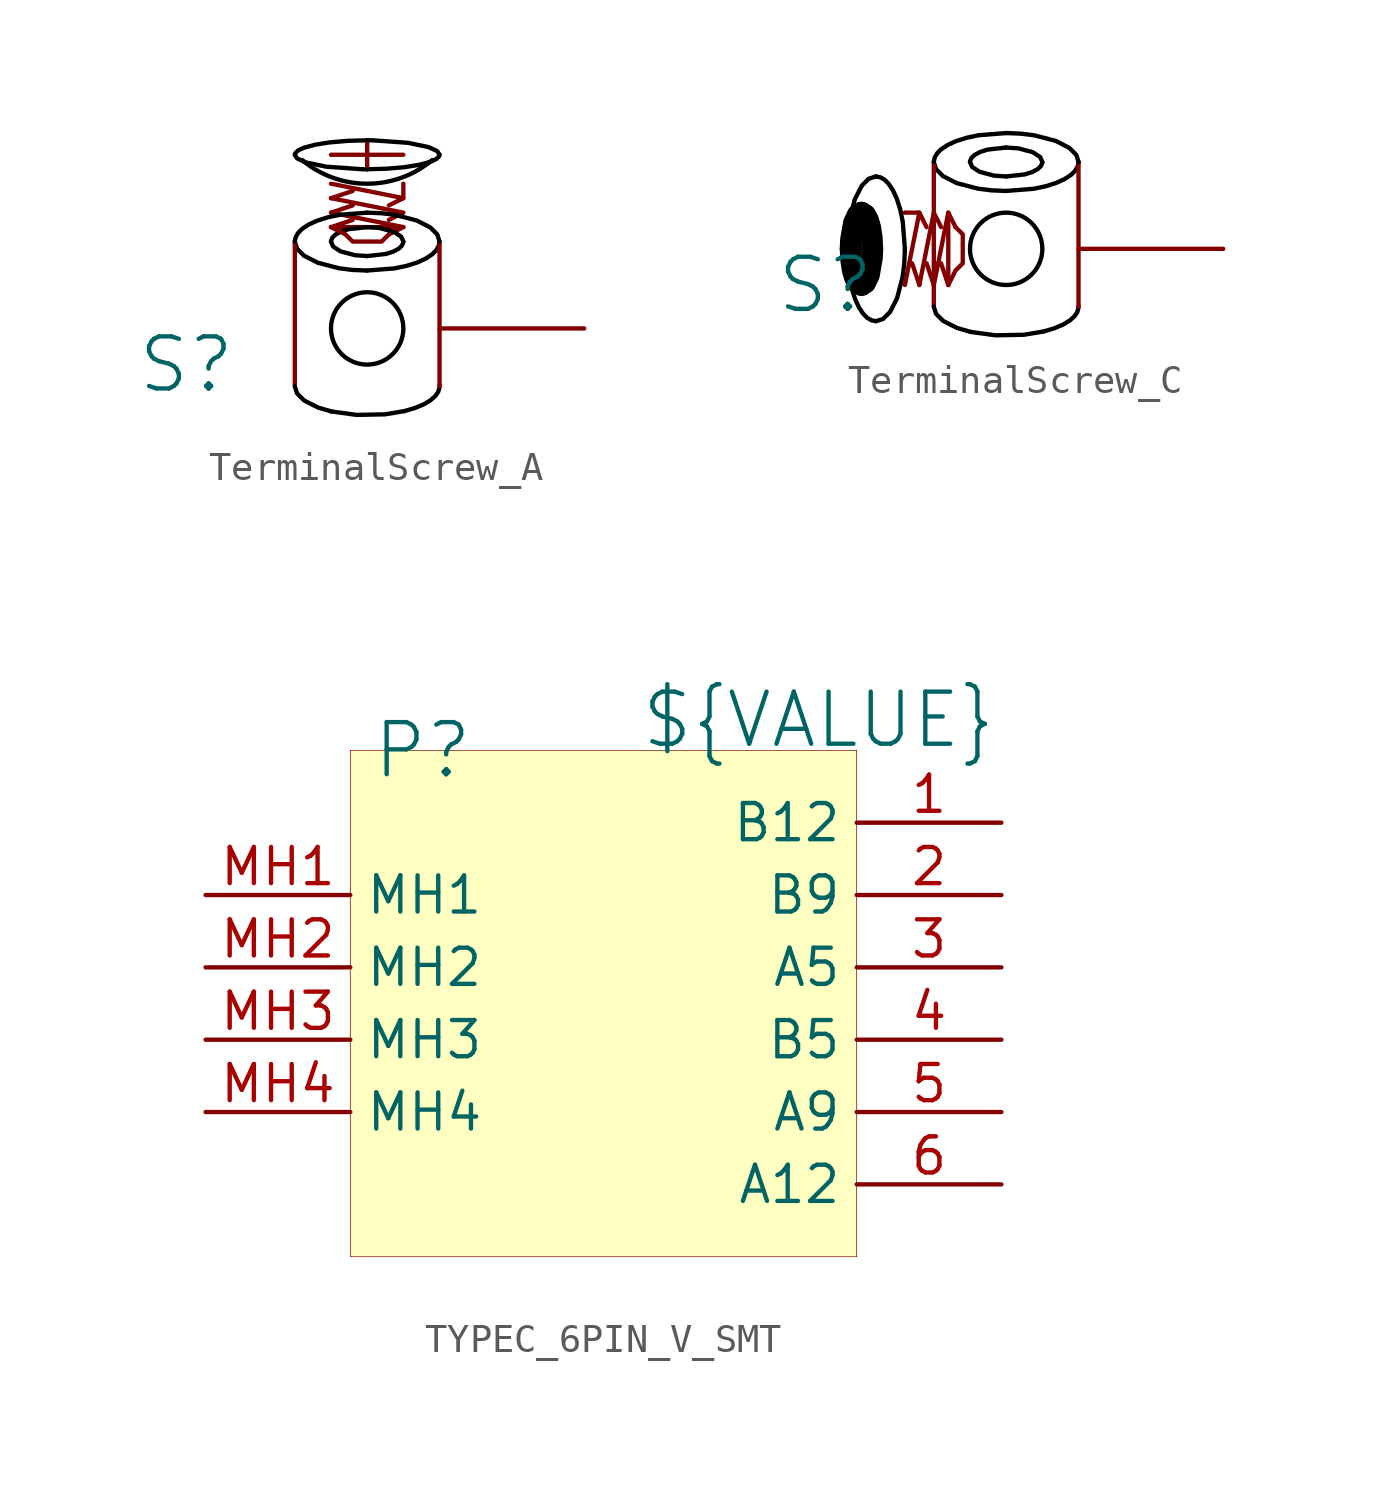
<source format=kicad_sym>
(kicad_symbol_lib
  (version 20241209)
  (generator "kicad_symbol_editor")
  (generator_version "9.0")
  (symbol "TerminalScrew_A"
    (pin_numbers
      (hide yes))
    (pin_names
      (hide yes))
    (property "Reference" "S"
      (at -6.35 -1.27 0)
      (effects (font (size 1.829 1.829))))
    (property "Value" "${VALUE}"
      (at -6.701 6.604 0)
      (effects (font (size 1.829 1.829)) (justify left bottom) (hide yes)))
    (symbol "TerminalScrew_A_1_0"
      (bezier (pts (xy -2.54 6.096) (xy -2.54 5.815) (xy -1.403 5.588) (xy 0 5.588)) (stroke (width 0) (type solid) (color 0 0 0 1)) (fill (type none)))
      (bezier (pts (xy -2.54 3.048) (xy -2.54 2.487) (xy -1.403 2.032) (xy 0 2.032)) (stroke (width 0) (type solid) (color 0 0 0 1)) (fill (type none)))
      (polyline (pts (xy -2.54 3.048) (xy -2.54 -2.032)) (stroke (width 0) (type solid)) (fill (type none)))
      (bezier (pts (xy -2.54 -2.032) (xy -2.54 -2.398) (xy -2.048 -2.736) (xy -1.251 -2.916)) (stroke (width 0) (type solid) (color 0 0 0 1)) (fill (type none)))
      (polyline (pts (xy -1.27 6.096) (xy 1.27 6.096)) (stroke (width 0) (type solid)) (fill (type none)))
      (polyline (pts (xy -1.27 5.08) (xy -1.27 5.08) (xy 1.27 4.572) (xy 0.762 4.318)) (stroke (width 0) (type solid)) (fill (type none)))
      (polyline (pts (xy -1.27 4.572) (xy -0.508 4.826)) (stroke (width 0) (type solid)) (fill (type none)))
      (polyline (pts (xy -1.27 4.572) (xy 1.27 4.064) (xy 0.762 3.81)) (stroke (width 0) (type solid)) (fill (type none)))
      (polyline (pts (xy -1.27 4.064) (xy -0.508 4.318)) (stroke (width 0) (type solid)) (fill (type none)))
      (polyline (pts (xy -1.27 4.064) (xy 1.27 3.556) (xy 0.762 3.302)) (stroke (width 0) (type solid)) (fill (type none)))
      (polyline (pts (xy -1.27 3.556) (xy -0.508 3.81)) (stroke (width 0) (type solid)) (fill (type none)))
      (polyline (pts (xy -1.27 3.556) (xy 1.27 3.556)) (stroke (width 0) (type solid)) (fill (type none)))
      (bezier (pts (xy -1.27 3.048) (xy -1.27 2.767) (xy -0.701 2.54) (xy 0 2.54)) (stroke (width 0) (type solid) (color 0 0 0 1)) (fill (type none)))
      (bezier (pts (xy -1.251 -2.916) (xy -0.455 -3.096) (xy 0.523 -3.091) (xy 1.308 -2.903)) (stroke (width 0) (type solid) (color 0 0 0 1)) (fill (type none)))
      (arc (start 2.2858 5.9119) (mid 0 5.0799) (end -2.2858 5.9119) (stroke (width 0) (type solid) (color 0 0 0 1)) (fill (type none)))
      (bezier (pts (xy 0 6.604) (xy -1.403 6.604) (xy -2.54 6.377) (xy -2.54 6.096)) (stroke (width 0) (type solid) (color 0 0 0 1)) (fill (type none)))
      (polyline (pts (xy 0 6.604) (xy 0 5.588)) (stroke (width 0) (type solid)) (fill (type none)))
      (bezier (pts (xy 0 5.588) (xy 1.403 5.588) (xy 2.54 5.815) (xy 2.54 6.096)) (stroke (width 0) (type solid) (color 0 0 0 1)) (fill (type none)))
      (bezier (pts (xy 0 4.064) (xy -1.403 4.064) (xy -2.54 3.609) (xy -2.54 3.048)) (stroke (width 0) (type solid) (color 0 0 0 1)) (fill (type none)))
      (bezier (pts (xy 0 3.556) (xy -0.701 3.556) (xy -1.27 3.329) (xy -1.27 3.048)) (stroke (width 0) (type solid) (color 0 0 0 1)) (fill (type none)))
      (bezier (pts (xy 0 2.54) (xy 0.701 2.54) (xy 1.27 2.767) (xy 1.27 3.048)) (stroke (width 0) (type solid) (color 0 0 0 1)) (fill (type none)))
      (bezier (pts (xy 0 2.032) (xy 1.403 2.032) (xy 2.54 2.487) (xy 2.54 3.048)) (stroke (width 0) (type solid) (color 0 0 0 1)) (fill (type none)))
      (circle (center 0 0) (radius 1.27) (stroke (width 0) (type solid) (color 0 0 0 1)) (fill (type none)))
      (polyline (pts (xy 0.762 3.302) (xy 0.508 3.048) (xy -0.508 3.048) (xy -0.762 3.302) (xy -1.27 3.556)) (stroke (width 0) (type solid)) (fill (type none)))
      (polyline (pts (xy 1.27 5.08) (xy 1.27 4.572)) (stroke (width 0) (type solid)) (fill (type none)))
      (bezier (pts (xy 1.27 3.048) (xy 1.27 3.329) (xy 0.701 3.556) (xy 0 3.556)) (stroke (width 0) (type solid) (color 0 0 0 1)) (fill (type none)))
      (bezier (pts (xy 1.308 -2.903) (xy 2.092 -2.714) (xy 2.563 -2.372) (xy 2.539 -2.006)) (stroke (width 0) (type solid) (color 0 0 0 1)) (fill (type none)))
      (bezier (pts (xy 2.54 6.096) (xy 2.54 6.377) (xy 1.403 6.604) (xy 0 6.604)) (stroke (width 0) (type solid) (color 0 0 0 1)) (fill (type none)))
      (polyline (pts (xy 2.54 3.048) (xy 2.54 -2.032)) (stroke (width 0) (type solid)) (fill (type none)))
      (bezier (pts (xy 2.54 3.048) (xy 2.54 3.609) (xy 1.403 4.064) (xy 0 4.064)) (stroke (width 0) (type solid) (color 0 0 0 1)) (fill (type none)))
      (pin passive line (at 7.62 0 180) (length 5.08) (name "1" (effects (font (size 1.27 1.27)))) (number "1" (effects (font (size 1.27 1.27)))))))
  (symbol "TerminalScrew_C"
    (pin_numbers
      (hide yes))
    (pin_names
      (hide yes))
    (property "Reference" "S"
      (at -6.35 -1.27 0)
      (effects (font (size 1.829 1.829))))
    (property "Value" "${VALUE}"
      (at -6.701 6.604 0)
      (effects (font (size 1.829 1.829)) (justify left bottom) (hide yes)))
    (symbol "TerminalScrew_C_1_0"
      (bezier (pts (xy -5.588 0) (xy -5.588 -1.403) (xy -5.133 -2.54) (xy -4.572 -2.54)) (stroke (width 0) (type solid) (color 0 0 0 1)) (fill (type none)))
      (bezier (pts (xy -5.461 0) (xy -5.461 -0.701) (xy -5.29 -1.27) (xy -5.08 -1.27)) (stroke (width 0.762) (type solid) (color 0 0 0 1)) (fill (type none)))
      (bezier (pts (xy -5.08 1.27) (xy -5.29 1.27) (xy -5.461 0.701) (xy -5.461 0)) (stroke (width 0.762) (type solid) (color 0 0 0 1)) (fill (type none)))
      (bezier (pts (xy -5.08 -1.27) (xy -4.87 -1.27) (xy -4.699 -0.701) (xy -4.699 0)) (stroke (width 0.762) (type solid) (color 0 0 0 1)) (fill (type none)))
      (bezier (pts (xy -4.699 0) (xy -4.699 0.701) (xy -4.87 1.27) (xy -5.08 1.27)) (stroke (width 0.762) (type solid) (color 0 0 0 1)) (fill (type none)))
      (bezier (pts (xy -4.572 2.54) (xy -5.133 2.54) (xy -5.588 1.403) (xy -5.588 0)) (stroke (width 0) (type solid) (color 0 0 0 1)) (fill (type none)))
      (bezier (pts (xy -4.572 -2.54) (xy -4.011 -2.54) (xy -3.556 -1.403) (xy -3.556 0)) (stroke (width 0) (type solid) (color 0 0 0 1)) (fill (type none)))
      (polyline (pts (xy -3.556 1.27) (xy -3.048 1.27)) (stroke (width 0) (type solid)) (fill (type none)))
      (bezier (pts (xy -3.556 0) (xy -3.556 1.403) (xy -4.011 2.54) (xy -4.572 2.54)) (stroke (width 0) (type solid) (color 0 0 0 1)) (fill (type none)))
      (polyline (pts (xy -3.556 -1.27) (xy -3.556 -1.27) (xy -3.048 1.27) (xy -2.794 0.762)) (stroke (width 0) (type solid)) (fill (type none)))
      (polyline (pts (xy -3.048 -1.27) (xy -3.302 -0.508)) (stroke (width 0) (type solid)) (fill (type none)))
      (polyline (pts (xy -3.048 -1.27) (xy -2.54 1.27) (xy -2.286 0.762)) (stroke (width 0) (type solid)) (fill (type none)))
      (bezier (pts (xy -2.54 3.048) (xy -2.54 2.487) (xy -1.403 2.032) (xy 0 2.032)) (stroke (width 0) (type solid) (color 0 0 0 1)) (fill (type none)))
      (polyline (pts (xy -2.54 3.048) (xy -2.54 -2.032)) (stroke (width 0) (type solid)) (fill (type none)))
      (polyline (pts (xy -2.54 -1.27) (xy -2.794 -0.508)) (stroke (width 0) (type solid)) (fill (type none)))
      (polyline (pts (xy -2.54 -1.27) (xy -2.032 1.27) (xy -1.778 0.762)) (stroke (width 0) (type solid)) (fill (type none)))
      (bezier (pts (xy -2.54 -2.032) (xy -2.54 -2.398) (xy -2.048 -2.736) (xy -1.251 -2.916)) (stroke (width 0) (type solid) (color 0 0 0 1)) (fill (type none)))
      (polyline (pts (xy -2.032 -1.27) (xy -2.286 -0.508)) (stroke (width 0) (type solid)) (fill (type none)))
      (polyline (pts (xy -2.032 -1.27) (xy -2.032 1.27)) (stroke (width 0) (type solid)) (fill (type none)))
      (polyline (pts (xy -1.778 0.762) (xy -1.524 0.508) (xy -1.524 -0.508) (xy -1.778 -0.762) (xy -2.032 -1.27)) (stroke (width 0) (type solid)) (fill (type none)))
      (bezier (pts (xy -1.27 3.048) (xy -1.27 2.767) (xy -0.701 2.54) (xy 0 2.54)) (stroke (width 0) (type solid) (color 0 0 0 1)) (fill (type none)))
      (bezier (pts (xy -1.251 -2.916) (xy -0.455 -3.096) (xy 0.523 -3.091) (xy 1.308 -2.903)) (stroke (width 0) (type solid) (color 0 0 0 1)) (fill (type none)))
      (bezier (pts (xy 0 4.064) (xy -1.403 4.064) (xy -2.54 3.609) (xy -2.54 3.048)) (stroke (width 0) (type solid) (color 0 0 0 1)) (fill (type none)))
      (bezier (pts (xy 0 3.556) (xy -0.701 3.556) (xy -1.27 3.329) (xy -1.27 3.048)) (stroke (width 0) (type solid) (color 0 0 0 1)) (fill (type none)))
      (bezier (pts (xy 0 2.54) (xy 0.701 2.54) (xy 1.27 2.767) (xy 1.27 3.048)) (stroke (width 0) (type solid) (color 0 0 0 1)) (fill (type none)))
      (bezier (pts (xy 0 2.032) (xy 1.403 2.032) (xy 2.54 2.487) (xy 2.54 3.048)) (stroke (width 0) (type solid) (color 0 0 0 1)) (fill (type none)))
      (circle (center 0 0) (radius 1.27) (stroke (width 0) (type solid) (color 0 0 0 1)) (fill (type none)))
      (bezier (pts (xy 1.27 3.048) (xy 1.27 3.329) (xy 0.701 3.556) (xy 0 3.556)) (stroke (width 0) (type solid) (color 0 0 0 1)) (fill (type none)))
      (bezier (pts (xy 1.308 -2.903) (xy 2.092 -2.714) (xy 2.563 -2.372) (xy 2.539 -2.006)) (stroke (width 0) (type solid) (color 0 0 0 1)) (fill (type none)))
      (polyline (pts (xy 2.54 3.048) (xy 2.54 -2.032)) (stroke (width 0) (type solid)) (fill (type none)))
      (bezier (pts (xy 2.54 3.048) (xy 2.54 3.609) (xy 1.403 4.064) (xy 0 4.064)) (stroke (width 0) (type solid) (color 0 0 0 1)) (fill (type none)))
      (pin passive line (at 7.62 0 180) (length 5.08) (name "1" (effects (font (size 1.27 1.27)))) (number "1" (effects (font (size 1.27 1.27)))))))
  (symbol "TYPEC_6PIN_V_SMT"
    (property "Reference" "P"
      (at 2.54 0 0)
      (effects (font (size 1.829 1.829))))
    (property "Value" "${VALUE}"
      (at 10.16 0 0)
      (effects (font (size 1.829 1.829)) (justify left bottom)))
    (symbol "TYPEC_6PIN_V_SMT_1_0"
      (rectangle (start 17.78 0) (end 0 -17.78) (stroke (width 0.025) (type solid) (color 128 0 0 1)) (fill (type background)))
      (pin passive line (at -5.08 -5.08 0) (length 5.08) (name "MH1" (effects (font (size 1.27 1.27)))) (number "MH1" (effects (font (size 1.27 1.27)))))
      (pin passive line (at -5.08 -7.62 0) (length 5.08) (name "MH2" (effects (font (size 1.27 1.27)))) (number "MH2" (effects (font (size 1.27 1.27)))))
      (pin passive line (at -5.08 -10.16 0) (length 5.08) (name "MH3" (effects (font (size 1.27 1.27)))) (number "MH3" (effects (font (size 1.27 1.27)))))
      (pin passive line (at -5.08 -12.7 0) (length 5.08) (name "MH4" (effects (font (size 1.27 1.27)))) (number "MH4" (effects (font (size 1.27 1.27)))))
      (pin passive line (at 22.86 -2.54 180) (length 5.08) (name "B12" (effects (font (size 1.27 1.27)))) (number "1" (effects (font (size 1.27 1.27)))))
      (pin passive line (at 22.86 -5.08 180) (length 5.08) (name "B9" (effects (font (size 1.27 1.27)))) (number "2" (effects (font (size 1.27 1.27)))))
      (pin passive line (at 22.86 -7.62 180) (length 5.08) (name "A5" (effects (font (size 1.27 1.27)))) (number "3" (effects (font (size 1.27 1.27)))))
      (pin passive line (at 22.86 -10.16 180) (length 5.08) (name "B5" (effects (font (size 1.27 1.27)))) (number "4" (effects (font (size 1.27 1.27)))))
      (pin passive line (at 22.86 -12.7 180) (length 5.08) (name "A9" (effects (font (size 1.27 1.27)))) (number "5" (effects (font (size 1.27 1.27)))))
      (pin passive line (at 22.86 -15.24 180) (length 5.08) (name "A12" (effects (font (size 1.27 1.27)))) (number "6" (effects (font (size 1.27 1.27))))))))
</source>
